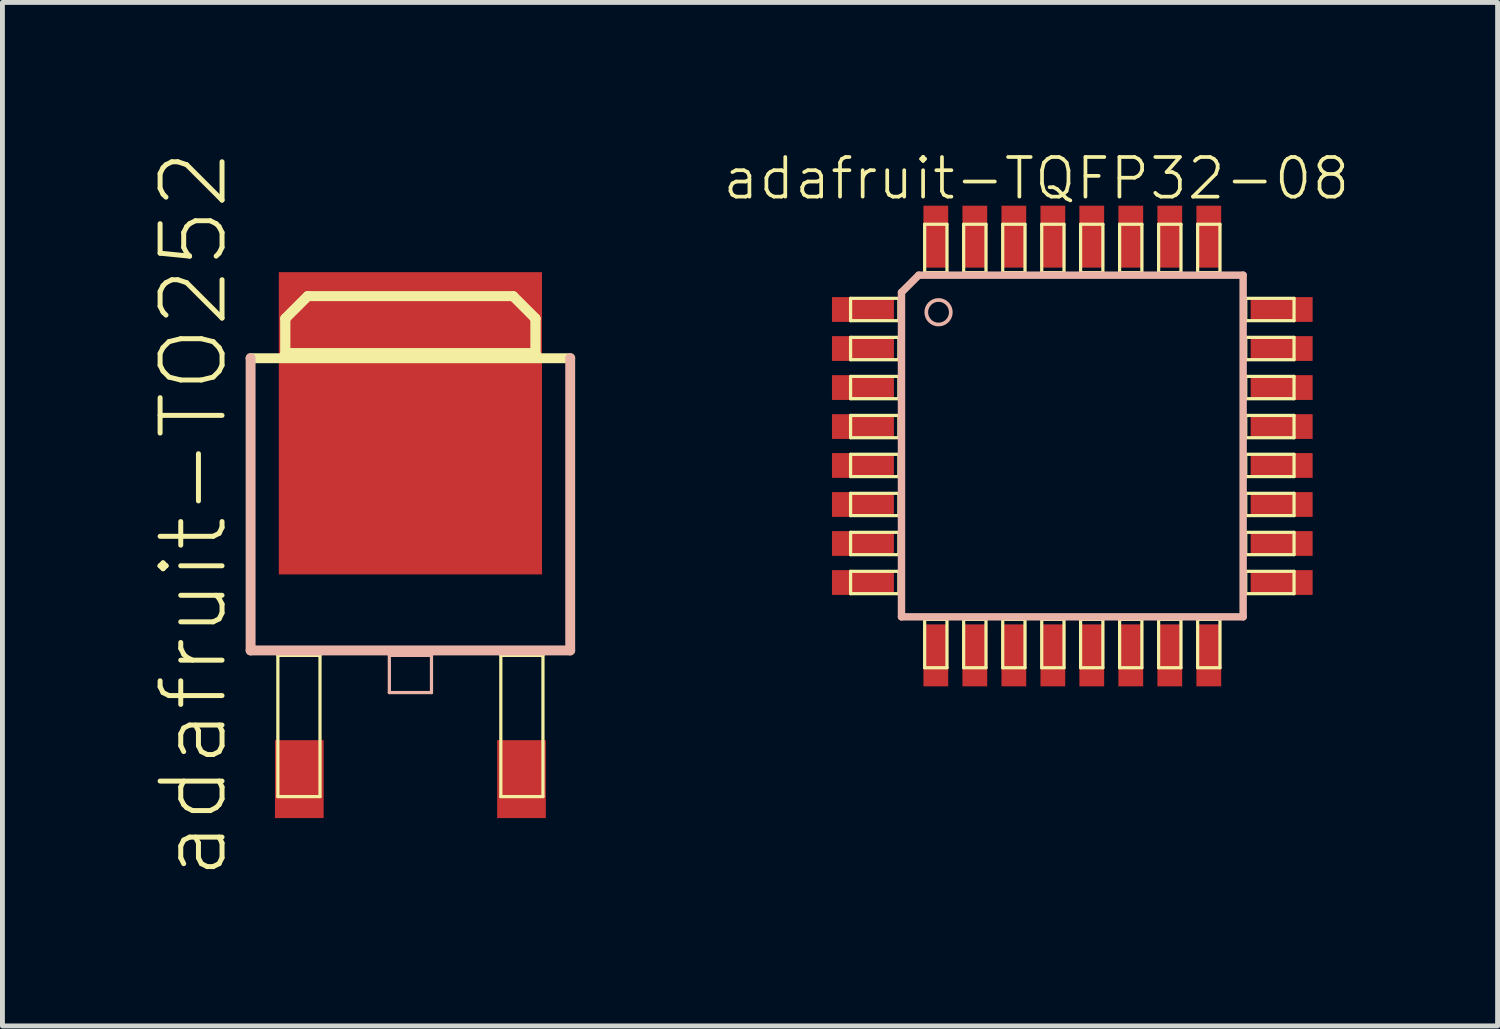
<source format=kicad_pcb>
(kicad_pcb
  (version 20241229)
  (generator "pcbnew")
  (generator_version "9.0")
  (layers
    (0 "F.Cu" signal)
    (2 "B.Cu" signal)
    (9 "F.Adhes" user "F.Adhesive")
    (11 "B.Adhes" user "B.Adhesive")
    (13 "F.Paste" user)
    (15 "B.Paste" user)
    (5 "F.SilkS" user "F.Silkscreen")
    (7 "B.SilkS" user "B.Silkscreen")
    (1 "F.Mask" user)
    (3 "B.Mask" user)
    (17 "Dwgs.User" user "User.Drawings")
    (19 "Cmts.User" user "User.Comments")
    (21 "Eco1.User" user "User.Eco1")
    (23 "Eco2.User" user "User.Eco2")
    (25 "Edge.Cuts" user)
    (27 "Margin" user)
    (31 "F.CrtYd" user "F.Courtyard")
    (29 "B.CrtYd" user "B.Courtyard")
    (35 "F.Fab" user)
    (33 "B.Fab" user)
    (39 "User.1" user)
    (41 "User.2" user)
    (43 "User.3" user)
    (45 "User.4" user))
  (footprint "adafruit-TQFP32-08"
    (layer "F.Cu")
    (at 18.939 6.096)
    (property "Reference" "adafruit-TQFP32-08" (at -0.737 -5.486 0) (layer "F.SilkS") (effects (font (size 0.813 0.813) (thickness 0.076))))
    (attr smd)
    (fp_line (start -4.547 -3.028) (end -3.556 -3.028) (stroke (width 0.066) (type solid)) (layer "F.SilkS"))
    (fp_line (start -4.547 -2.57) (end -4.547 -3.028) (stroke (width 0.066) (type solid)) (layer "F.SilkS"))
    (fp_line (start -4.547 -2.57) (end -3.556 -2.57) (stroke (width 0.066) (type solid)) (layer "F.SilkS"))
    (fp_line (start -4.547 -2.228) (end -3.556 -2.228) (stroke (width 0.066) (type solid)) (layer "F.SilkS"))
    (fp_line (start -4.547 -1.77) (end -4.547 -2.228) (stroke (width 0.066) (type solid)) (layer "F.SilkS"))
    (fp_line (start -4.547 -1.77) (end -3.556 -1.77) (stroke (width 0.066) (type solid)) (layer "F.SilkS"))
    (fp_line (start -4.547 -1.427) (end -3.556 -1.427) (stroke (width 0.066) (type solid)) (layer "F.SilkS"))
    (fp_line (start -4.547 -0.97) (end -4.547 -1.427) (stroke (width 0.066) (type solid)) (layer "F.SilkS"))
    (fp_line (start -4.547 -0.97) (end -3.556 -0.97) (stroke (width 0.066) (type solid)) (layer "F.SilkS"))
    (fp_line (start -4.547 -0.627) (end -3.556 -0.627) (stroke (width 0.066) (type solid)) (layer "F.SilkS"))
    (fp_line (start -4.547 -0.17) (end -4.547 -0.627) (stroke (width 0.066) (type solid)) (layer "F.SilkS"))
    (fp_line (start -4.547 -0.17) (end -3.556 -0.17) (stroke (width 0.066) (type solid)) (layer "F.SilkS"))
    (fp_line (start -4.547 0.17) (end -3.556 0.17) (stroke (width 0.066) (type solid)) (layer "F.SilkS"))
    (fp_line (start -4.547 0.627) (end -4.547 0.17) (stroke (width 0.066) (type solid)) (layer "F.SilkS"))
    (fp_line (start -4.547 0.627) (end -3.556 0.627) (stroke (width 0.066) (type solid)) (layer "F.SilkS"))
    (fp_line (start -4.547 0.97) (end -3.556 0.97) (stroke (width 0.066) (type solid)) (layer "F.SilkS"))
    (fp_line (start -4.547 1.427) (end -4.547 0.97) (stroke (width 0.066) (type solid)) (layer "F.SilkS"))
    (fp_line (start -4.547 1.427) (end -3.556 1.427) (stroke (width 0.066) (type solid)) (layer "F.SilkS"))
    (fp_line (start -4.547 1.77) (end -3.556 1.77) (stroke (width 0.066) (type solid)) (layer "F.SilkS"))
    (fp_line (start -4.547 2.228) (end -4.547 1.77) (stroke (width 0.066) (type solid)) (layer "F.SilkS"))
    (fp_line (start -4.547 2.228) (end -3.556 2.228) (stroke (width 0.066) (type solid)) (layer "F.SilkS"))
    (fp_line (start -4.547 2.57) (end -3.556 2.57) (stroke (width 0.066) (type solid)) (layer "F.SilkS"))
    (fp_line (start -4.547 3.028) (end -4.547 2.57) (stroke (width 0.066) (type solid)) (layer "F.SilkS"))
    (fp_line (start -4.547 3.028) (end -3.556 3.028) (stroke (width 0.066) (type solid)) (layer "F.SilkS"))
    (fp_line (start -3.556 -2.57) (end -3.556 -3.028) (stroke (width 0.066) (type solid)) (layer "F.SilkS"))
    (fp_line (start -3.556 -1.77) (end -3.556 -2.228) (stroke (width 0.066) (type solid)) (layer "F.SilkS"))
    (fp_line (start -3.556 -0.97) (end -3.556 -1.427) (stroke (width 0.066) (type solid)) (layer "F.SilkS"))
    (fp_line (start -3.556 -0.17) (end -3.556 -0.627) (stroke (width 0.066) (type solid)) (layer "F.SilkS"))
    (fp_line (start -3.556 0.627) (end -3.556 0.17) (stroke (width 0.066) (type solid)) (layer "F.SilkS"))
    (fp_line (start -3.556 1.427) (end -3.556 0.97) (stroke (width 0.066) (type solid)) (layer "F.SilkS"))
    (fp_line (start -3.556 2.228) (end -3.556 1.77) (stroke (width 0.066) (type solid)) (layer "F.SilkS"))
    (fp_line (start -3.556 3.028) (end -3.556 2.57) (stroke (width 0.066) (type solid)) (layer "F.SilkS"))
    (fp_line (start -3.028 -4.547) (end -2.57 -4.547) (stroke (width 0.066) (type solid)) (layer "F.SilkS"))
    (fp_line (start -3.028 -3.556) (end -3.028 -4.547) (stroke (width 0.066) (type solid)) (layer "F.SilkS"))
    (fp_line (start -3.028 -3.556) (end -2.57 -3.556) (stroke (width 0.066) (type solid)) (layer "F.SilkS"))
    (fp_line (start -3.028 3.556) (end -2.57 3.556) (stroke (width 0.066) (type solid)) (layer "F.SilkS"))
    (fp_line (start -3.028 4.547) (end -3.028 3.556) (stroke (width 0.066) (type solid)) (layer "F.SilkS"))
    (fp_line (start -3.028 4.547) (end -2.57 4.547) (stroke (width 0.066) (type solid)) (layer "F.SilkS"))
    (fp_line (start -2.57 -3.556) (end -2.57 -4.547) (stroke (width 0.066) (type solid)) (layer "F.SilkS"))
    (fp_line (start -2.57 4.547) (end -2.57 3.556) (stroke (width 0.066) (type solid)) (layer "F.SilkS"))
    (fp_line (start -2.228 -4.547) (end -1.77 -4.547) (stroke (width 0.066) (type solid)) (layer "F.SilkS"))
    (fp_line (start -2.228 -3.556) (end -2.228 -4.547) (stroke (width 0.066) (type solid)) (layer "F.SilkS"))
    (fp_line (start -2.228 -3.556) (end -1.77 -3.556) (stroke (width 0.066) (type solid)) (layer "F.SilkS"))
    (fp_line (start -2.228 3.556) (end -1.77 3.556) (stroke (width 0.066) (type solid)) (layer "F.SilkS"))
    (fp_line (start -2.228 4.547) (end -2.228 3.556) (stroke (width 0.066) (type solid)) (layer "F.SilkS"))
    (fp_line (start -2.228 4.547) (end -1.77 4.547) (stroke (width 0.066) (type solid)) (layer "F.SilkS"))
    (fp_line (start -1.77 -3.556) (end -1.77 -4.547) (stroke (width 0.066) (type solid)) (layer "F.SilkS"))
    (fp_line (start -1.77 4.547) (end -1.77 3.556) (stroke (width 0.066) (type solid)) (layer "F.SilkS"))
    (fp_line (start -1.427 -4.547) (end -0.97 -4.547) (stroke (width 0.066) (type solid)) (layer "F.SilkS"))
    (fp_line (start -1.427 -3.556) (end -1.427 -4.547) (stroke (width 0.066) (type solid)) (layer "F.SilkS"))
    (fp_line (start -1.427 -3.556) (end -0.97 -3.556) (stroke (width 0.066) (type solid)) (layer "F.SilkS"))
    (fp_line (start -1.427 3.556) (end -0.97 3.556) (stroke (width 0.066) (type solid)) (layer "F.SilkS"))
    (fp_line (start -1.427 4.547) (end -1.427 3.556) (stroke (width 0.066) (type solid)) (layer "F.SilkS"))
    (fp_line (start -1.427 4.547) (end -0.97 4.547) (stroke (width 0.066) (type solid)) (layer "F.SilkS"))
    (fp_line (start -0.97 -3.556) (end -0.97 -4.547) (stroke (width 0.066) (type solid)) (layer "F.SilkS"))
    (fp_line (start -0.97 4.547) (end -0.97 3.556) (stroke (width 0.066) (type solid)) (layer "F.SilkS"))
    (fp_line (start -0.627 -4.547) (end -0.17 -4.547) (stroke (width 0.066) (type solid)) (layer "F.SilkS"))
    (fp_line (start -0.627 -3.556) (end -0.627 -4.547) (stroke (width 0.066) (type solid)) (layer "F.SilkS"))
    (fp_line (start -0.627 -3.556) (end -0.17 -3.556) (stroke (width 0.066) (type solid)) (layer "F.SilkS"))
    (fp_line (start -0.627 3.556) (end -0.17 3.556) (stroke (width 0.066) (type solid)) (layer "F.SilkS"))
    (fp_line (start -0.627 4.547) (end -0.627 3.556) (stroke (width 0.066) (type solid)) (layer "F.SilkS"))
    (fp_line (start -0.627 4.547) (end -0.17 4.547) (stroke (width 0.066) (type solid)) (layer "F.SilkS"))
    (fp_line (start -0.17 -3.556) (end -0.17 -4.547) (stroke (width 0.066) (type solid)) (layer "F.SilkS"))
    (fp_line (start -0.17 4.547) (end -0.17 3.556) (stroke (width 0.066) (type solid)) (layer "F.SilkS"))
    (fp_line (start 0.17 -4.547) (end 0.627 -4.547) (stroke (width 0.066) (type solid)) (layer "F.SilkS"))
    (fp_line (start 0.17 -3.556) (end 0.17 -4.547) (stroke (width 0.066) (type solid)) (layer "F.SilkS"))
    (fp_line (start 0.17 -3.556) (end 0.627 -3.556) (stroke (width 0.066) (type solid)) (layer "F.SilkS"))
    (fp_line (start 0.17 3.556) (end 0.627 3.556) (stroke (width 0.066) (type solid)) (layer "F.SilkS"))
    (fp_line (start 0.17 4.547) (end 0.17 3.556) (stroke (width 0.066) (type solid)) (layer "F.SilkS"))
    (fp_line (start 0.17 4.547) (end 0.627 4.547) (stroke (width 0.066) (type solid)) (layer "F.SilkS"))
    (fp_line (start 0.627 -3.556) (end 0.627 -4.547) (stroke (width 0.066) (type solid)) (layer "F.SilkS"))
    (fp_line (start 0.627 4.547) (end 0.627 3.556) (stroke (width 0.066) (type solid)) (layer "F.SilkS"))
    (fp_line (start 0.97 -4.547) (end 1.427 -4.547) (stroke (width 0.066) (type solid)) (layer "F.SilkS"))
    (fp_line (start 0.97 -3.556) (end 0.97 -4.547) (stroke (width 0.066) (type solid)) (layer "F.SilkS"))
    (fp_line (start 0.97 -3.556) (end 1.427 -3.556) (stroke (width 0.066) (type solid)) (layer "F.SilkS"))
    (fp_line (start 0.97 3.556) (end 1.427 3.556) (stroke (width 0.066) (type solid)) (layer "F.SilkS"))
    (fp_line (start 0.97 4.547) (end 0.97 3.556) (stroke (width 0.066) (type solid)) (layer "F.SilkS"))
    (fp_line (start 0.97 4.547) (end 1.427 4.547) (stroke (width 0.066) (type solid)) (layer "F.SilkS"))
    (fp_line (start 1.427 -3.556) (end 1.427 -4.547) (stroke (width 0.066) (type solid)) (layer "F.SilkS"))
    (fp_line (start 1.427 4.547) (end 1.427 3.556) (stroke (width 0.066) (type solid)) (layer "F.SilkS"))
    (fp_line (start 1.77 -4.547) (end 2.228 -4.547) (stroke (width 0.066) (type solid)) (layer "F.SilkS"))
    (fp_line (start 1.77 -3.556) (end 1.77 -4.547) (stroke (width 0.066) (type solid)) (layer "F.SilkS"))
    (fp_line (start 1.77 -3.556) (end 2.228 -3.556) (stroke (width 0.066) (type solid)) (layer "F.SilkS"))
    (fp_line (start 1.77 3.556) (end 2.228 3.556) (stroke (width 0.066) (type solid)) (layer "F.SilkS"))
    (fp_line (start 1.77 4.547) (end 1.77 3.556) (stroke (width 0.066) (type solid)) (layer "F.SilkS"))
    (fp_line (start 1.77 4.547) (end 2.228 4.547) (stroke (width 0.066) (type solid)) (layer "F.SilkS"))
    (fp_line (start 2.228 -3.556) (end 2.228 -4.547) (stroke (width 0.066) (type solid)) (layer "F.SilkS"))
    (fp_line (start 2.228 4.547) (end 2.228 3.556) (stroke (width 0.066) (type solid)) (layer "F.SilkS"))
    (fp_line (start 2.57 -4.547) (end 3.028 -4.547) (stroke (width 0.066) (type solid)) (layer "F.SilkS"))
    (fp_line (start 2.57 -3.556) (end 2.57 -4.547) (stroke (width 0.066) (type solid)) (layer "F.SilkS"))
    (fp_line (start 2.57 -3.556) (end 3.028 -3.556) (stroke (width 0.066) (type solid)) (layer "F.SilkS"))
    (fp_line (start 2.57 3.556) (end 3.028 3.556) (stroke (width 0.066) (type solid)) (layer "F.SilkS"))
    (fp_line (start 2.57 4.547) (end 2.57 3.556) (stroke (width 0.066) (type solid)) (layer "F.SilkS"))
    (fp_line (start 2.57 4.547) (end 3.028 4.547) (stroke (width 0.066) (type solid)) (layer "F.SilkS"))
    (fp_line (start 3.028 -3.556) (end 3.028 -4.547) (stroke (width 0.066) (type solid)) (layer "F.SilkS"))
    (fp_line (start 3.028 4.547) (end 3.028 3.556) (stroke (width 0.066) (type solid)) (layer "F.SilkS"))
    (fp_line (start 3.556 -3.028) (end 4.547 -3.028) (stroke (width 0.066) (type solid)) (layer "F.SilkS"))
    (fp_line (start 3.556 -2.57) (end 3.556 -3.028) (stroke (width 0.066) (type solid)) (layer "F.SilkS"))
    (fp_line (start 3.556 -2.57) (end 4.547 -2.57) (stroke (width 0.066) (type solid)) (layer "F.SilkS"))
    (fp_line (start 3.556 -2.228) (end 4.547 -2.228) (stroke (width 0.066) (type solid)) (layer "F.SilkS"))
    (fp_line (start 3.556 -1.77) (end 3.556 -2.228) (stroke (width 0.066) (type solid)) (layer "F.SilkS"))
    (fp_line (start 3.556 -1.77) (end 4.547 -1.77) (stroke (width 0.066) (type solid)) (layer "F.SilkS"))
    (fp_line (start 3.556 -1.427) (end 4.547 -1.427) (stroke (width 0.066) (type solid)) (layer "F.SilkS"))
    (fp_line (start 3.556 -0.97) (end 3.556 -1.427) (stroke (width 0.066) (type solid)) (layer "F.SilkS"))
    (fp_line (start 3.556 -0.97) (end 4.547 -0.97) (stroke (width 0.066) (type solid)) (layer "F.SilkS"))
    (fp_line (start 3.556 -0.627) (end 4.547 -0.627) (stroke (width 0.066) (type solid)) (layer "F.SilkS"))
    (fp_line (start 3.556 -0.17) (end 3.556 -0.627) (stroke (width 0.066) (type solid)) (layer "F.SilkS"))
    (fp_line (start 3.556 -0.17) (end 4.547 -0.17) (stroke (width 0.066) (type solid)) (layer "F.SilkS"))
    (fp_line (start 3.556 0.17) (end 4.547 0.17) (stroke (width 0.066) (type solid)) (layer "F.SilkS"))
    (fp_line (start 3.556 0.627) (end 3.556 0.17) (stroke (width 0.066) (type solid)) (layer "F.SilkS"))
    (fp_line (start 3.556 0.627) (end 4.547 0.627) (stroke (width 0.066) (type solid)) (layer "F.SilkS"))
    (fp_line (start 3.556 0.97) (end 4.547 0.97) (stroke (width 0.066) (type solid)) (layer "F.SilkS"))
    (fp_line (start 3.556 1.427) (end 3.556 0.97) (stroke (width 0.066) (type solid)) (layer "F.SilkS"))
    (fp_line (start 3.556 1.427) (end 4.547 1.427) (stroke (width 0.066) (type solid)) (layer "F.SilkS"))
    (fp_line (start 3.556 1.77) (end 4.547 1.77) (stroke (width 0.066) (type solid)) (layer "F.SilkS"))
    (fp_line (start 3.556 2.228) (end 3.556 1.77) (stroke (width 0.066) (type solid)) (layer "F.SilkS"))
    (fp_line (start 3.556 2.228) (end 4.547 2.228) (stroke (width 0.066) (type solid)) (layer "F.SilkS"))
    (fp_line (start 3.556 2.57) (end 4.547 2.57) (stroke (width 0.066) (type solid)) (layer "F.SilkS"))
    (fp_line (start 3.556 3.028) (end 3.556 2.57) (stroke (width 0.066) (type solid)) (layer "F.SilkS"))
    (fp_line (start 3.556 3.028) (end 4.547 3.028) (stroke (width 0.066) (type solid)) (layer "F.SilkS"))
    (fp_line (start 4.547 -2.57) (end 4.547 -3.028) (stroke (width 0.066) (type solid)) (layer "F.SilkS"))
    (fp_line (start 4.547 -1.77) (end 4.547 -2.228) (stroke (width 0.066) (type solid)) (layer "F.SilkS"))
    (fp_line (start 4.547 -0.97) (end 4.547 -1.427) (stroke (width 0.066) (type solid)) (layer "F.SilkS"))
    (fp_line (start 4.547 -0.17) (end 4.547 -0.627) (stroke (width 0.066) (type solid)) (layer "F.SilkS"))
    (fp_line (start 4.547 0.627) (end 4.547 0.17) (stroke (width 0.066) (type solid)) (layer "F.SilkS"))
    (fp_line (start 4.547 1.427) (end 4.547 0.97) (stroke (width 0.066) (type solid)) (layer "F.SilkS"))
    (fp_line (start 4.547 2.228) (end 4.547 1.77) (stroke (width 0.066) (type solid)) (layer "F.SilkS"))
    (fp_line (start 4.547 3.028) (end 4.547 2.57) (stroke (width 0.066) (type solid)) (layer "F.SilkS"))
    (fp_line (start -3.503 3.503) (end -3.503 -3.15) (stroke (width 0.152) (type solid)) (layer "B.SilkS"))
    (fp_line (start -3.15 -3.503) (end -3.503 -3.15) (stroke (width 0.152) (type solid)) (layer "B.SilkS"))
    (fp_line (start -3.15 -3.503) (end 3.503 -3.503) (stroke (width 0.152) (type solid)) (layer "B.SilkS"))
    (fp_line (start 3.503 -3.503) (end 3.503 3.503) (stroke (width 0.152) (type solid)) (layer "B.SilkS"))
    (fp_line (start 3.503 3.503) (end -3.503 3.503) (stroke (width 0.152) (type solid)) (layer "B.SilkS"))
    (fp_circle (center -2.743 -2.743) (end -2.921 -2.921) (stroke (width 0.076) (type solid)) (fill no) (layer "B.SilkS"))
    (pad "1" smd rect (at -4.293 -2.799) (size 1.27 0.508) (layers "F.Cu" "F.Mask" "F.Paste"))
    (pad "2" smd rect (at -4.293 -1.999) (size 1.27 0.508) (layers "F.Cu" "F.Mask" "F.Paste"))
    (pad "3" smd rect (at -4.293 -1.199) (size 1.27 0.508) (layers "F.Cu" "F.Mask" "F.Paste"))
    (pad "4" smd rect (at -4.293 -0.399) (size 1.27 0.508) (layers "F.Cu" "F.Mask" "F.Paste"))
    (pad "5" smd rect (at -4.293 0.399) (size 1.27 0.508) (layers "F.Cu" "F.Mask" "F.Paste"))
    (pad "6" smd rect (at -4.293 1.199) (size 1.27 0.508) (layers "F.Cu" "F.Mask" "F.Paste"))
    (pad "7" smd rect (at -4.293 1.999) (size 1.27 0.508) (layers "F.Cu" "F.Mask" "F.Paste"))
    (pad "8" smd rect (at -4.293 2.799) (size 1.27 0.508) (layers "F.Cu" "F.Mask" "F.Paste"))
    (pad "9" smd rect (at -2.799 4.293) (size 0.508 1.27) (layers "F.Cu" "F.Mask" "F.Paste"))
    (pad "10" smd rect (at -1.999 4.293) (size 0.508 1.27) (layers "F.Cu" "F.Mask" "F.Paste"))
    (pad "11" smd rect (at -1.199 4.293) (size 0.508 1.27) (layers "F.Cu" "F.Mask" "F.Paste"))
    (pad "12" smd rect (at -0.399 4.293) (size 0.508 1.27) (layers "F.Cu" "F.Mask" "F.Paste"))
    (pad "13" smd rect (at 0.399 4.293) (size 0.508 1.27) (layers "F.Cu" "F.Mask" "F.Paste"))
    (pad "14" smd rect (at 1.199 4.293) (size 0.508 1.27) (layers "F.Cu" "F.Mask" "F.Paste"))
    (pad "15" smd rect (at 1.999 4.293) (size 0.508 1.27) (layers "F.Cu" "F.Mask" "F.Paste"))
    (pad "16" smd rect (at 2.799 4.293) (size 0.508 1.27) (layers "F.Cu" "F.Mask" "F.Paste"))
    (pad "17" smd rect (at 4.293 2.799) (size 1.27 0.508) (layers "F.Cu" "F.Mask" "F.Paste"))
    (pad "18" smd rect (at 4.293 1.999) (size 1.27 0.508) (layers "F.Cu" "F.Mask" "F.Paste"))
    (pad "19" smd rect (at 4.293 1.199) (size 1.27 0.508) (layers "F.Cu" "F.Mask" "F.Paste"))
    (pad "20" smd rect (at 4.293 0.399) (size 1.27 0.508) (layers "F.Cu" "F.Mask" "F.Paste"))
    (pad "21" smd rect (at 4.293 -0.399) (size 1.27 0.508) (layers "F.Cu" "F.Mask" "F.Paste"))
    (pad "22" smd rect (at 4.293 -1.199) (size 1.27 0.508) (layers "F.Cu" "F.Mask" "F.Paste"))
    (pad "23" smd rect (at 4.293 -1.999) (size 1.27 0.508) (layers "F.Cu" "F.Mask" "F.Paste"))
    (pad "24" smd rect (at 4.293 -2.799) (size 1.27 0.508) (layers "F.Cu" "F.Mask" "F.Paste"))
    (pad "25" smd rect (at 2.799 -4.293) (size 0.508 1.27) (layers "F.Cu" "F.Mask" "F.Paste"))
    (pad "26" smd rect (at 1.999 -4.293) (size 0.508 1.27) (layers "F.Cu" "F.Mask" "F.Paste"))
    (pad "27" smd rect (at 1.199 -4.293) (size 0.508 1.27) (layers "F.Cu" "F.Mask" "F.Paste"))
    (pad "28" smd rect (at 0.399 -4.293) (size 0.508 1.27) (layers "F.Cu" "F.Mask" "F.Paste"))
    (pad "29" smd rect (at -0.399 -4.293) (size 0.508 1.27) (layers "F.Cu" "F.Mask" "F.Paste"))
    (pad "30" smd rect (at -1.199 -4.293) (size 0.508 1.27) (layers "F.Cu" "F.Mask" "F.Paste"))
    (pad "31" smd rect (at -1.999 -4.293) (size 0.508 1.27) (layers "F.Cu" "F.Mask" "F.Paste"))
    (pad "32" smd rect (at -2.799 -4.293) (size 0.508 1.27) (layers "F.Cu" "F.Mask" "F.Paste")))
  (footprint "adafruit-TO252"
    (layer "F.Cu")
    (at 5.366 8.129)
    (property "Reference" "adafruit-TO252" (at -4.445 -0.635 90) (layer "F.SilkS") (effects (font (size 1.27 1.27) (thickness 0.102))))
    (attr smd)
    (fp_line (start -3.277 -3.833) (end 3.277 -3.833) (stroke (width 0.203) (type solid)) (layer "F.SilkS"))
    (fp_line (start -2.718 2.261) (end -1.854 2.261) (stroke (width 0.066) (type solid)) (layer "F.SilkS"))
    (fp_line (start -2.718 5.156) (end -2.718 2.261) (stroke (width 0.066) (type solid)) (layer "F.SilkS"))
    (fp_line (start -2.718 5.156) (end -1.854 5.156) (stroke (width 0.066) (type solid)) (layer "F.SilkS"))
    (fp_line (start -2.565 -4.648) (end -2.108 -5.105) (stroke (width 0.198) (type solid)) (layer "F.SilkS"))
    (fp_line (start -2.565 -4.648) (end -2.108 -5.105) (stroke (width 0.203) (type solid)) (layer "F.SilkS"))
    (fp_line (start -2.565 -3.937) (end -2.565 -4.648) (stroke (width 0.198) (type solid)) (layer "F.SilkS"))
    (fp_line (start -2.565 -3.937) (end -2.565 -4.648) (stroke (width 0.203) (type solid)) (layer "F.SilkS"))
    (fp_line (start -2.108 -5.105) (end 2.108 -5.105) (stroke (width 0.198) (type solid)) (layer "F.SilkS"))
    (fp_line (start -2.108 -5.105) (end 2.108 -5.105) (stroke (width 0.203) (type solid)) (layer "F.SilkS"))
    (fp_line (start -1.854 5.156) (end -1.854 2.261) (stroke (width 0.066) (type solid)) (layer "F.SilkS"))
    (fp_line (start 1.854 2.261) (end 2.718 2.261) (stroke (width 0.066) (type solid)) (layer "F.SilkS"))
    (fp_line (start 1.854 5.156) (end 1.854 2.261) (stroke (width 0.066) (type solid)) (layer "F.SilkS"))
    (fp_line (start 1.854 5.156) (end 2.718 5.156) (stroke (width 0.066) (type solid)) (layer "F.SilkS"))
    (fp_line (start 2.108 -5.105) (end 2.565 -4.648) (stroke (width 0.198) (type solid)) (layer "F.SilkS"))
    (fp_line (start 2.108 -5.105) (end 2.565 -4.648) (stroke (width 0.203) (type solid)) (layer "F.SilkS"))
    (fp_line (start 2.565 -4.648) (end 2.565 -3.937) (stroke (width 0.198) (type solid)) (layer "F.SilkS"))
    (fp_line (start 2.565 -4.648) (end 2.565 -3.937) (stroke (width 0.203) (type solid)) (layer "F.SilkS"))
    (fp_line (start 2.565 -3.937) (end -2.565 -3.937) (stroke (width 0.198) (type solid)) (layer "F.SilkS"))
    (fp_line (start 2.565 -3.937) (end -2.565 -3.937) (stroke (width 0.203) (type solid)) (layer "F.SilkS"))
    (fp_line (start 2.718 5.156) (end 2.718 2.261) (stroke (width 0.066) (type solid)) (layer "F.SilkS"))
    (fp_line (start -3.277 2.159) (end -3.277 -3.835) (stroke (width 0.203) (type solid)) (layer "B.SilkS"))
    (fp_line (start -0.432 2.261) (end 0.432 2.261) (stroke (width 0.066) (type solid)) (layer "B.SilkS"))
    (fp_line (start -0.432 3.023) (end -0.432 2.261) (stroke (width 0.066) (type solid)) (layer "B.SilkS"))
    (fp_line (start -0.432 3.023) (end 0.432 3.023) (stroke (width 0.066) (type solid)) (layer "B.SilkS"))
    (fp_line (start 0.432 3.023) (end 0.432 2.261) (stroke (width 0.066) (type solid)) (layer "B.SilkS"))
    (fp_line (start 3.277 -3.835) (end 3.277 2.159) (stroke (width 0.203) (type solid)) (layer "B.SilkS"))
    (fp_line (start 3.277 2.159) (end -3.277 2.159) (stroke (width 0.203) (type solid)) (layer "B.SilkS"))
    (pad "1" smd rect (at -2.278 4.798) (size 0.998 1.598) (layers "F.Cu" "F.Mask" "F.Paste"))
    (pad "2" smd rect (at 2.278 4.798) (size 0.998 1.598) (layers "F.Cu" "F.Mask" "F.Paste"))
    (pad "3" smd rect (at 0 -2.499) (size 5.397 6.198) (layers "F.Cu" "F.Mask" "F.Paste")))
  (gr_rect
    (start -3 -3)
    (end 27.66 17.988)
    (stroke (width 0.1) (type default))
    (fill no)
    (layer "Edge.Cuts")))
</source>
